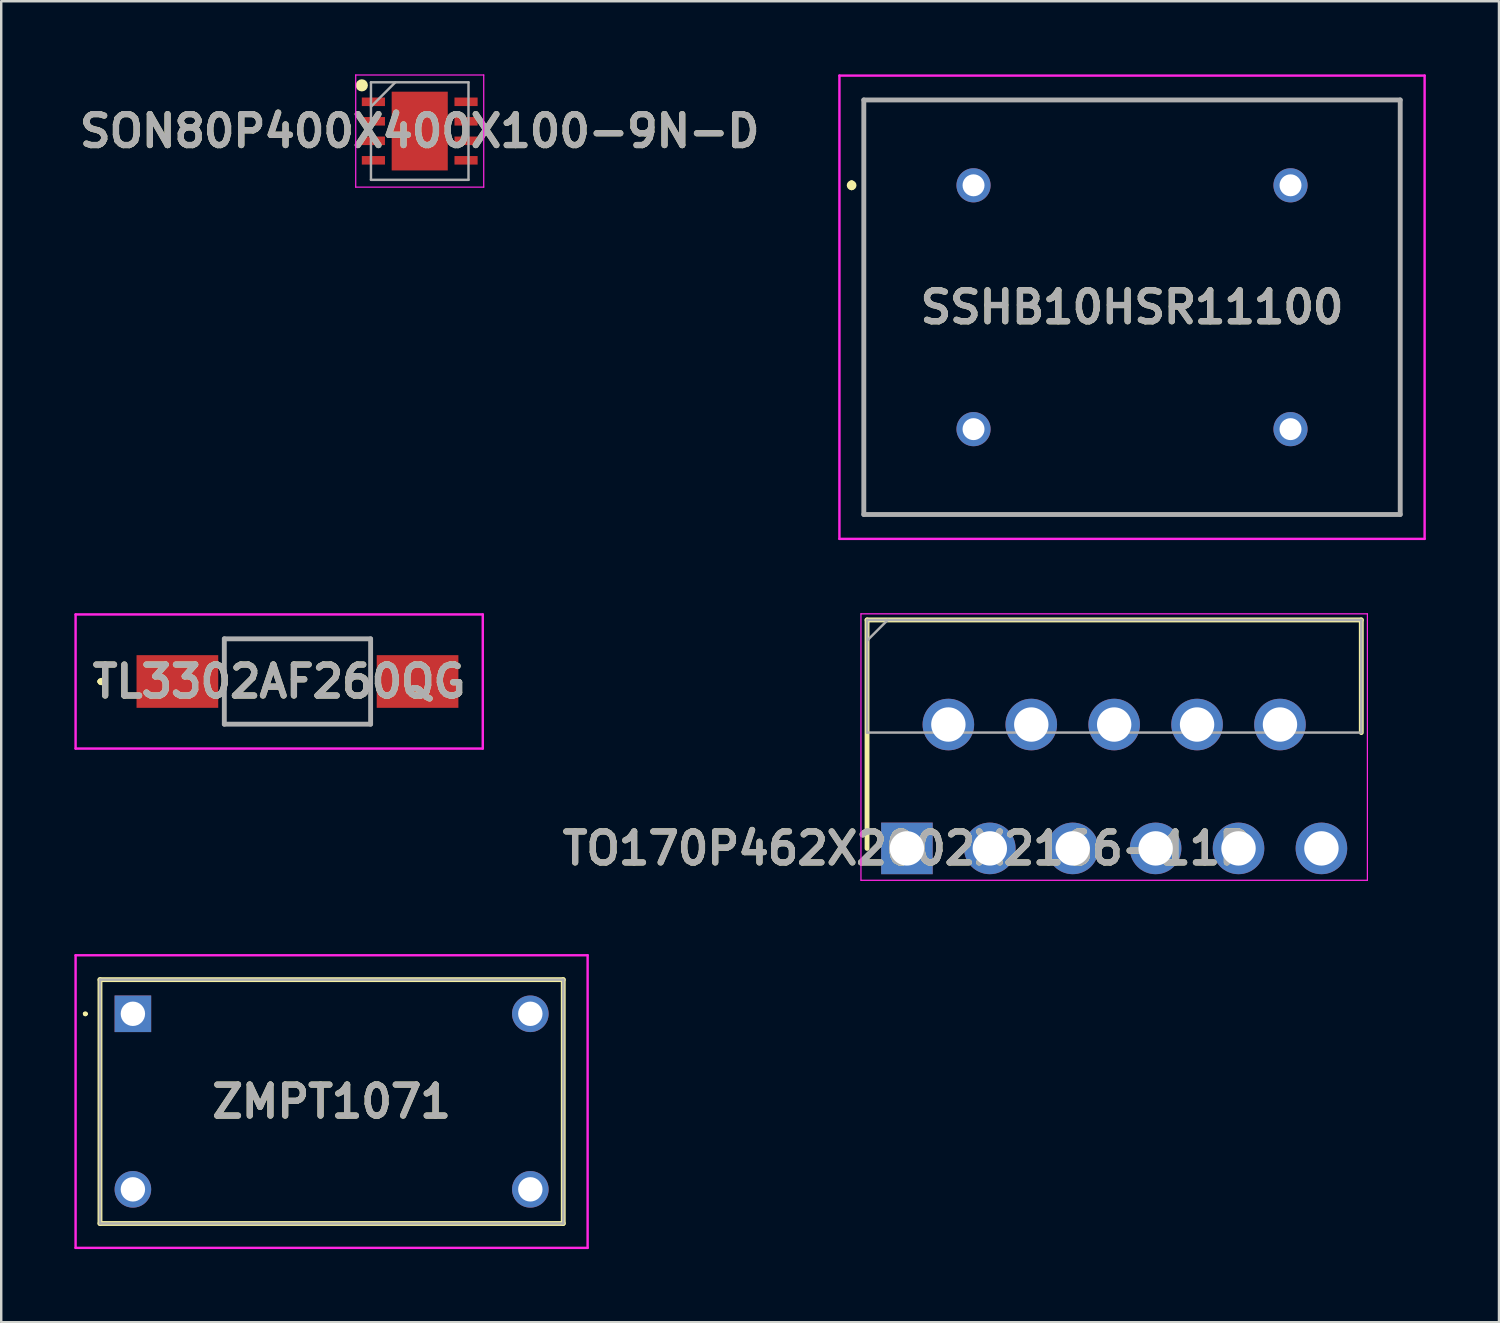
<source format=kicad_pcb>
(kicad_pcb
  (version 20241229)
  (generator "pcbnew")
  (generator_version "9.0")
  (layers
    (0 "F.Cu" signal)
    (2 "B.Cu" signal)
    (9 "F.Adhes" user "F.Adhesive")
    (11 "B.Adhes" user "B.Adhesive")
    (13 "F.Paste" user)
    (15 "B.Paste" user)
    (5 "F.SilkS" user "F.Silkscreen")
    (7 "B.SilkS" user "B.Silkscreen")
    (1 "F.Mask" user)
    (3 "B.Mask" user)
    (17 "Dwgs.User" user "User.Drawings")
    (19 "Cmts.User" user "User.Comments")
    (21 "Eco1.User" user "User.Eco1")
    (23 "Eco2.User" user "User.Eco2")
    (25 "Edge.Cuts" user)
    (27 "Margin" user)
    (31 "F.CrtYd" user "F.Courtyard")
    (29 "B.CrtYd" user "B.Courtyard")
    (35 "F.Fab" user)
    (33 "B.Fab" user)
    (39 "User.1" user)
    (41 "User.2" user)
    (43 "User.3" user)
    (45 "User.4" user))
  (footprint "TL3302AF260QG"
    (layer "F.Cu")
    (at 9.15 24.9)
    (property "Reference" "TL3302AF260QG" (at -0.75 0 0) (layer "F.SilkS") (effects (font (size 1.27 1.27) (thickness 0.254))))
    (attr smd)
    (fp_line (start -8.1 0) (end -8.1 0) (stroke (width 0.2) (type solid)) (layer "F.SilkS"))
    (fp_line (start -8.1 0) (end -8.1 0) (stroke (width 0.2) (type solid)) (layer "F.SilkS"))
    (fp_line (start -8 0) (end -8 0) (stroke (width 0.2) (type solid)) (layer "F.SilkS"))
    (fp_line (start -3 -1.75) (end -3 -1.75) (stroke (width 0.1) (type solid)) (layer "F.SilkS"))
    (fp_line (start -3 -1.75) (end 3 -1.75) (stroke (width 0.1) (type solid)) (layer "F.SilkS"))
    (fp_line (start -3 1.75) (end -3 1.75) (stroke (width 0.1) (type solid)) (layer "F.SilkS"))
    (fp_line (start -3 1.75) (end 3 1.75) (stroke (width 0.1) (type solid)) (layer "F.SilkS"))
    (fp_line (start 3 -1.75) (end -3 -1.75) (stroke (width 0.1) (type solid)) (layer "F.SilkS"))
    (fp_line (start 3 -1.75) (end 3 -1.75) (stroke (width 0.1) (type solid)) (layer "F.SilkS"))
    (fp_line (start 3 1.75) (end -3 1.75) (stroke (width 0.1) (type solid)) (layer "F.SilkS"))
    (fp_line (start 3 1.75) (end 3 1.75) (stroke (width 0.1) (type solid)) (layer "F.SilkS"))
    (fp_arc (start -8.1 0) (mid -8.05 -0.05) (end -8 0) (stroke (width 0.2) (type solid)) (layer "F.SilkS"))
    (fp_arc (start -8 0) (mid -8.05 0.05) (end -8.1 0) (stroke (width 0.2) (type solid)) (layer "F.SilkS"))
    (fp_arc (start -8 0) (mid -8.05 0.05) (end -8.1 0) (stroke (width 0.2) (type solid)) (layer "F.SilkS"))
    (fp_line (start -9.1 -2.75) (end 7.6 -2.75) (stroke (width 0.1) (type solid)) (layer "F.CrtYd"))
    (fp_line (start -9.1 2.75) (end -9.1 -2.75) (stroke (width 0.1) (type solid)) (layer "F.CrtYd"))
    (fp_line (start 7.6 -2.75) (end 7.6 2.75) (stroke (width 0.1) (type solid)) (layer "F.CrtYd"))
    (fp_line (start 7.6 2.75) (end -9.1 2.75) (stroke (width 0.1) (type solid)) (layer "F.CrtYd"))
    (fp_line (start -3 -1.75) (end -3 1.75) (stroke (width 0.2) (type solid)) (layer "F.Fab"))
    (fp_line (start -3 1.75) (end 3 1.75) (stroke (width 0.2) (type solid)) (layer "F.Fab"))
    (fp_line (start 3 -1.75) (end -3 -1.75) (stroke (width 0.2) (type solid)) (layer "F.Fab"))
    (fp_line (start 3 1.75) (end 3 -1.75) (stroke (width 0.2) (type solid)) (layer "F.Fab"))
    (fp_text user "${REFERENCE}" (at -0.75 0 0) (layer "F.Fab") (effects (font (size 1.27 1.27) (thickness 0.254))))
    (pad "1" smd rect (at -4.925 0 90) (size 2.16 3.35) (layers "F.Cu" "F.Mask" "F.Paste"))
    (pad "2" smd rect (at 4.925 0 90) (size 2.16 3.35) (layers "F.Cu" "F.Mask" "F.Paste")))
  (footprint "SON80P400X400X100-9N-D"
    (layer "F.Cu")
    (at 14.164 2.325)
    (property "Reference" "SON80P400X400X100-9N-D" (at 0 0 0) (layer "F.SilkS") (effects (font (size 1.27 1.27) (thickness 0.254))))
    (attr smd)
    (fp_circle (center -2.375 -1.875) (end -2.375 -1.75) (stroke (width 0.25) (type solid)) (fill no) (layer "F.SilkS"))
    (fp_line (start -2.625 -2.3) (end 2.625 -2.3) (stroke (width 0.05) (type solid)) (layer "F.CrtYd"))
    (fp_line (start -2.625 2.3) (end -2.625 -2.3) (stroke (width 0.05) (type solid)) (layer "F.CrtYd"))
    (fp_line (start 2.625 -2.3) (end 2.625 2.3) (stroke (width 0.05) (type solid)) (layer "F.CrtYd"))
    (fp_line (start 2.625 2.3) (end -2.625 2.3) (stroke (width 0.05) (type solid)) (layer "F.CrtYd"))
    (fp_line (start -2 -2) (end 2 -2) (stroke (width 0.1) (type solid)) (layer "F.Fab"))
    (fp_line (start -2 -1) (end -1 -2) (stroke (width 0.1) (type solid)) (layer "F.Fab"))
    (fp_line (start -2 2) (end -2 -2) (stroke (width 0.1) (type solid)) (layer "F.Fab"))
    (fp_line (start 2 -2) (end 2 2) (stroke (width 0.1) (type solid)) (layer "F.Fab"))
    (fp_line (start 2 2) (end -2 2) (stroke (width 0.1) (type solid)) (layer "F.Fab"))
    (fp_text user "${REFERENCE}" (at 0 0 0) (layer "F.Fab") (effects (font (size 1.27 1.27) (thickness 0.254))))
    (pad "1" smd rect (at -1.9 -1.2 90) (size 0.35 0.95) (layers "F.Cu" "F.Mask" "F.Paste"))
    (pad "2" smd rect (at -1.9 -0.4 90) (size 0.35 0.95) (layers "F.Cu" "F.Mask" "F.Paste"))
    (pad "3" smd rect (at -1.9 0.4 90) (size 0.35 0.95) (layers "F.Cu" "F.Mask" "F.Paste"))
    (pad "4" smd rect (at -1.9 1.2 90) (size 0.35 0.95) (layers "F.Cu" "F.Mask" "F.Paste"))
    (pad "5" smd rect (at 1.9 1.2 90) (size 0.35 0.95) (layers "F.Cu" "F.Mask" "F.Paste"))
    (pad "6" smd rect (at 1.9 0.4 90) (size 0.35 0.95) (layers "F.Cu" "F.Mask" "F.Paste"))
    (pad "7" smd rect (at 1.9 -0.4 90) (size 0.35 0.95) (layers "F.Cu" "F.Mask" "F.Paste"))
    (pad "8" smd rect (at 1.9 -1.2 90) (size 0.35 0.95) (layers "F.Cu" "F.Mask" "F.Paste"))
    (pad "9" smd rect (at 0 0) (size 2.3 3.23) (layers "F.Cu" "F.Mask" "F.Paste")))
  (footprint "SSHB10HSR11100"
    (layer "F.Cu")
    (at 36.877 4.55)
    (property "Reference" "SSHB10HSR11100" (at 6.5 5 0) (layer "F.SilkS") (effects (font (size 1.27 1.27) (thickness 0.254))))
    (attr through_hole)
    (fp_line (start -5 -0.1) (end -5 -0.1) (stroke (width 0.2) (type solid)) (layer "F.SilkS"))
    (fp_line (start -5 0.1) (end -5 0.1) (stroke (width 0.2) (type solid)) (layer "F.SilkS"))
    (fp_line (start -4.5 -3.5) (end 17.5 -3.5) (stroke (width 0.1) (type solid)) (layer "F.SilkS"))
    (fp_line (start -4.5 13.5) (end -4.5 -3.5) (stroke (width 0.1) (type solid)) (layer "F.SilkS"))
    (fp_line (start 17.5 -3.5) (end 17.5 13.5) (stroke (width 0.1) (type solid)) (layer "F.SilkS"))
    (fp_line (start 17.5 13.5) (end -4.5 13.5) (stroke (width 0.1) (type solid)) (layer "F.SilkS"))
    (fp_arc (start -5 -0.1) (mid -4.9 0) (end -5 0.1) (stroke (width 0.2) (type solid)) (layer "F.SilkS"))
    (fp_arc (start -5 0.1) (mid -5.1 0) (end -5 -0.1) (stroke (width 0.2) (type solid)) (layer "F.SilkS"))
    (fp_line (start -5.5 -4.5) (end 18.5 -4.5) (stroke (width 0.1) (type solid)) (layer "F.CrtYd"))
    (fp_line (start -5.5 14.5) (end -5.5 -4.5) (stroke (width 0.1) (type solid)) (layer "F.CrtYd"))
    (fp_line (start 18.5 -4.5) (end 18.5 14.5) (stroke (width 0.1) (type solid)) (layer "F.CrtYd"))
    (fp_line (start 18.5 14.5) (end -5.5 14.5) (stroke (width 0.1) (type solid)) (layer "F.CrtYd"))
    (fp_line (start -4.5 -3.5) (end 17.5 -3.5) (stroke (width 0.2) (type solid)) (layer "F.Fab"))
    (fp_line (start -4.5 13.5) (end -4.5 -3.5) (stroke (width 0.2) (type solid)) (layer "F.Fab"))
    (fp_line (start 17.5 -3.5) (end 17.5 13.5) (stroke (width 0.2) (type solid)) (layer "F.Fab"))
    (fp_line (start 17.5 13.5) (end -4.5 13.5) (stroke (width 0.2) (type solid)) (layer "F.Fab"))
    (fp_text user "${REFERENCE}" (at 6.5 5 0) (layer "F.Fab") (effects (font (size 1.27 1.27) (thickness 0.254))))
    (pad "1" thru_hole circle (at 0 0) (size 1.4 1.4) (drill 0.9) (layers "*.Cu" "*.Mask"))
    (pad "2" thru_hole circle (at 0 10) (size 1.4 1.4) (drill 0.9) (layers "*.Cu" "*.Mask"))
    (pad "3" thru_hole circle (at 13 10) (size 1.4 1.4) (drill 0.9) (layers "*.Cu" "*.Mask"))
    (pad "4" thru_hole circle (at 13 0) (size 1.4 1.4) (drill 0.9) (layers "*.Cu" "*.Mask")))
  (footprint "ZMPT1071"
    (layer "F.Cu")
    (at 2.4 38.528)
    (property "Reference" "ZMPT1071" (at 8.15 3.6 0) (layer "F.SilkS") (effects (font (size 1.27 1.27) (thickness 0.254))))
    (attr through_hole)
    (fp_line (start -2 0) (end -2 0) (stroke (width 0.1) (type solid)) (layer "F.SilkS"))
    (fp_line (start -2 0) (end -2 0) (stroke (width 0.1) (type solid)) (layer "F.SilkS"))
    (fp_line (start -1.9 0) (end -1.9 0) (stroke (width 0.1) (type solid)) (layer "F.SilkS"))
    (fp_line (start -1.35 -1.4) (end 17.65 -1.4) (stroke (width 0.2) (type solid)) (layer "F.SilkS"))
    (fp_line (start -1.35 8.6) (end -1.35 -1.4) (stroke (width 0.2) (type solid)) (layer "F.SilkS"))
    (fp_line (start 17.65 -1.4) (end 17.65 8.6) (stroke (width 0.2) (type solid)) (layer "F.SilkS"))
    (fp_line (start 17.65 8.6) (end -1.35 8.6) (stroke (width 0.2) (type solid)) (layer "F.SilkS"))
    (fp_arc (start -2 0) (mid -1.95 -0.05) (end -1.9 0) (stroke (width 0.1) (type solid)) (layer "F.SilkS"))
    (fp_arc (start -1.9 0) (mid -1.95 0.05) (end -2 0) (stroke (width 0.1) (type solid)) (layer "F.SilkS"))
    (fp_arc (start -1.9 0) (mid -1.95 0.05) (end -2 0) (stroke (width 0.1) (type solid)) (layer "F.SilkS"))
    (fp_line (start -2.35 -2.4) (end -2.35 9.6) (stroke (width 0.1) (type solid)) (layer "F.CrtYd"))
    (fp_line (start -2.35 9.6) (end 18.65 9.6) (stroke (width 0.1) (type solid)) (layer "F.CrtYd"))
    (fp_line (start 18.65 -2.4) (end -2.35 -2.4) (stroke (width 0.1) (type solid)) (layer "F.CrtYd"))
    (fp_line (start 18.65 9.6) (end 18.65 -2.4) (stroke (width 0.1) (type solid)) (layer "F.CrtYd"))
    (fp_line (start -1.35 -1.4) (end 17.65 -1.4) (stroke (width 0.1) (type solid)) (layer "F.Fab"))
    (fp_line (start -1.35 8.6) (end -1.35 -1.4) (stroke (width 0.1) (type solid)) (layer "F.Fab"))
    (fp_line (start 17.65 -1.4) (end 17.65 8.6) (stroke (width 0.1) (type solid)) (layer "F.Fab"))
    (fp_line (start 17.65 8.6) (end -1.35 8.6) (stroke (width 0.1) (type solid)) (layer "F.Fab"))
    (fp_text user "${REFERENCE}" (at 8.15 3.6 0) (layer "F.Fab") (effects (font (size 1.27 1.27) (thickness 0.254))))
    (pad "1" thru_hole rect (at 0 0) (size 1.5 1.5) (drill 1) (layers "*.Cu" "*.Mask"))
    (pad "2" thru_hole circle (at 0 7.2) (size 1.5 1.5) (drill 1) (layers "*.Cu" "*.Mask"))
    (pad "3" thru_hole circle (at 16.3 0) (size 1.5 1.5) (drill 1) (layers "*.Cu" "*.Mask"))
    (pad "4" thru_hole circle (at 16.3 7.2) (size 1.5 1.5) (drill 1) (layers "*.Cu" "*.Mask")))
  (footprint "TO170P462X2002X2166-11P"
    (layer "F.Cu")
    (at 34.145 31.745)
    (property "Reference" "TO170P462X2002X2166-11P" (at 0 0 0) (layer "F.SilkS") (effects (font (size 1.27 1.27) (thickness 0.254))))
    (attr through_hole)
    (fp_line (start -1.635 -9.37) (end -1.635 0) (stroke (width 0.2) (type solid)) (layer "F.SilkS"))
    (fp_line (start 18.635 -9.37) (end -1.635 -9.37) (stroke (width 0.2) (type solid)) (layer "F.SilkS"))
    (fp_line (start 18.635 -4.75) (end 18.635 -9.37) (stroke (width 0.2) (type solid)) (layer "F.SilkS"))
    (fp_line (start -1.885 -9.62) (end 18.885 -9.62) (stroke (width 0.05) (type solid)) (layer "F.CrtYd"))
    (fp_line (start -1.885 1.308) (end -1.885 -9.62) (stroke (width 0.05) (type solid)) (layer "F.CrtYd"))
    (fp_line (start 18.885 -9.62) (end 18.885 1.308) (stroke (width 0.05) (type solid)) (layer "F.CrtYd"))
    (fp_line (start 18.885 1.308) (end -1.885 1.308) (stroke (width 0.05) (type solid)) (layer "F.CrtYd"))
    (fp_line (start -1.635 -9.37) (end 18.635 -9.37) (stroke (width 0.1) (type solid)) (layer "F.Fab"))
    (fp_line (start -1.635 -8.52) (end -0.785 -9.37) (stroke (width 0.1) (type solid)) (layer "F.Fab"))
    (fp_line (start -1.635 -4.75) (end -1.635 -9.37) (stroke (width 0.1) (type solid)) (layer "F.Fab"))
    (fp_line (start 18.635 -9.37) (end 18.635 -4.75) (stroke (width 0.1) (type solid)) (layer "F.Fab"))
    (fp_line (start 18.635 -4.75) (end -1.635 -4.75) (stroke (width 0.1) (type solid)) (layer "F.Fab"))
    (fp_text user "${REFERENCE}" (at 0 0 0) (layer "F.Fab") (effects (font (size 1.27 1.27) (thickness 0.254))))
    (pad "1" thru_hole rect (at 0 0) (size 2.115 2.115) (drill 1.41) (layers "*.Cu" "*.Mask"))
    (pad "2" thru_hole circle (at 1.7 -5.08) (size 2.115 2.115) (drill 1.41) (layers "*.Cu" "*.Mask"))
    (pad "3" thru_hole circle (at 3.4 0) (size 2.115 2.115) (drill 1.41) (layers "*.Cu" "*.Mask"))
    (pad "4" thru_hole circle (at 5.1 -5.08) (size 2.115 2.115) (drill 1.41) (layers "*.Cu" "*.Mask"))
    (pad "5" thru_hole circle (at 6.8 0) (size 2.115 2.115) (drill 1.41) (layers "*.Cu" "*.Mask"))
    (pad "6" thru_hole circle (at 8.5 -5.08) (size 2.115 2.115) (drill 1.41) (layers "*.Cu" "*.Mask"))
    (pad "7" thru_hole circle (at 10.2 0) (size 2.115 2.115) (drill 1.41) (layers "*.Cu" "*.Mask"))
    (pad "8" thru_hole circle (at 11.9 -5.08) (size 2.115 2.115) (drill 1.41) (layers "*.Cu" "*.Mask"))
    (pad "9" thru_hole circle (at 13.6 0) (size 2.115 2.115) (drill 1.41) (layers "*.Cu" "*.Mask"))
    (pad "10" thru_hole circle (at 15.3 -5.08) (size 2.115 2.115) (drill 1.41) (layers "*.Cu" "*.Mask"))
    (pad "11" thru_hole circle (at 17 0) (size 2.115 2.115) (drill 1.41) (layers "*.Cu" "*.Mask")))
  (gr_rect
    (start -3 -3)
    (end 58.427 51.178)
    (stroke (width 0.1) (type default))
    (fill no)
    (layer "Edge.Cuts")))
</source>
